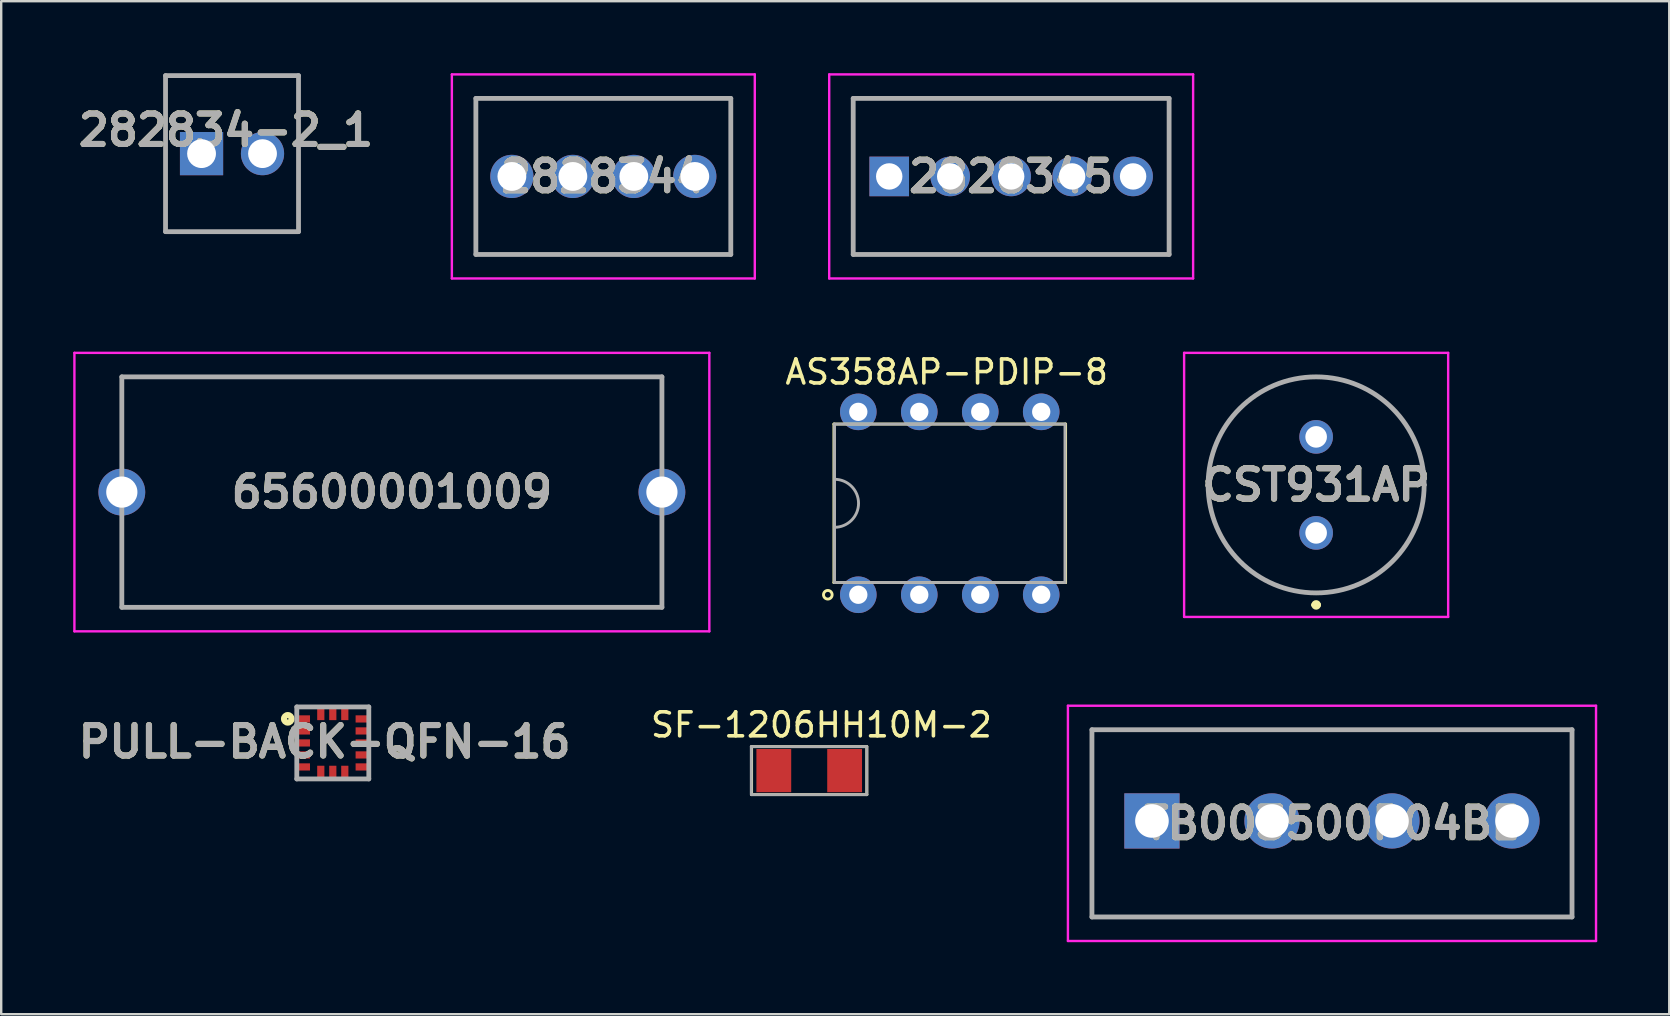
<source format=kicad_pcb>
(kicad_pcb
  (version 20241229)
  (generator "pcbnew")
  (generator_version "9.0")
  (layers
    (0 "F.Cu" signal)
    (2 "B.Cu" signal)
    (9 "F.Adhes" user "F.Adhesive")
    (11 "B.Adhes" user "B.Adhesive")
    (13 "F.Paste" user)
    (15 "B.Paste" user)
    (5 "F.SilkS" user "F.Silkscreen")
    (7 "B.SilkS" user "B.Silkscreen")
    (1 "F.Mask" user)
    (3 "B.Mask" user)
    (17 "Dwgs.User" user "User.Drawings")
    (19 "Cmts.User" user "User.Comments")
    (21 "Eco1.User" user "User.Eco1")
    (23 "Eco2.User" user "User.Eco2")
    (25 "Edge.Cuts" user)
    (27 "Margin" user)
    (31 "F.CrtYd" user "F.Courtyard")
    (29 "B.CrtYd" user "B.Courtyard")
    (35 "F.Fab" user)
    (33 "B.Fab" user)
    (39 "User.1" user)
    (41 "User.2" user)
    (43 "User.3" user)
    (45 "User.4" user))
  (footprint "282834-2_1"
    (layer "F.Cu")
    (at 5.346 3.35)
    (property "Reference" "282834-2_1" (at 1.016 -0.976 0) (layer "F.SilkS") (effects (font (size 1.27 1.27) (thickness 0.254))))
    (attr through_hole)
    (fp_line (start -1.5 -3.25) (end 4.04 -3.25) (stroke (width 0.1) (type solid)) (layer "F.SilkS"))
    (fp_line (start -1.5 3.25) (end -1.5 -3.25) (stroke (width 0.1) (type solid)) (layer "F.SilkS"))
    (fp_line (start 4.04 -3.25) (end 4.04 3.25) (stroke (width 0.1) (type solid)) (layer "F.SilkS"))
    (fp_line (start 4.04 3.25) (end -1.5 3.25) (stroke (width 0.1) (type solid)) (layer "F.SilkS"))
    (fp_line (start -1.5 -3.25) (end 4.04 -3.25) (stroke (width 0.2) (type solid)) (layer "F.Fab"))
    (fp_line (start -1.5 3.25) (end -1.5 -3.25) (stroke (width 0.2) (type solid)) (layer "F.Fab"))
    (fp_line (start 4.04 -3.25) (end 4.04 3.25) (stroke (width 0.2) (type solid)) (layer "F.Fab"))
    (fp_line (start 4.04 3.25) (end -1.5 3.25) (stroke (width 0.2) (type solid)) (layer "F.Fab"))
    (fp_text user "${REFERENCE}" (at 1.016 -0.976 0) (layer "F.Fab") (effects (font (size 1.27 1.27) (thickness 0.254))))
    (pad "1" thru_hole rect (at 0 0) (size 1.8 1.8) (drill 1.2) (layers "*.Cu" "*.Mask"))
    (pad "2" thru_hole circle (at 2.54 0) (size 1.8 1.8) (drill 1.2) (layers "*.Cu" "*.Mask")))
  (footprint "CST931AP"
    (layer "F.Cu")
    (at 51.779 19.15)
    (property "Reference" "CST931AP" (at 0 -2 0) (layer "F.SilkS") (effects (font (size 1.27 1.27) (thickness 0.254))))
    (attr through_hole)
    (fp_line (start -4.5 -2) (end -4.5 -2) (stroke (width 0.1) (type solid)) (layer "F.SilkS"))
    (fp_line (start -0.1 3) (end -0.1 3) (stroke (width 0.2) (type solid)) (layer "F.SilkS"))
    (fp_line (start 0.1 3) (end 0.1 3) (stroke (width 0.2) (type solid)) (layer "F.SilkS"))
    (fp_line (start 4.5 -2) (end 4.5 -2) (stroke (width 0.1) (type solid)) (layer "F.SilkS"))
    (fp_arc (start -4.5 -2) (mid 0 -6.5) (end 4.5 -2) (stroke (width 0.1) (type solid)) (layer "F.SilkS"))
    (fp_arc (start -0.1 3) (mid 0 2.9) (end 0.1 3) (stroke (width 0.2) (type solid)) (layer "F.SilkS"))
    (fp_arc (start 0.1 3) (mid 0 3.1) (end -0.1 3) (stroke (width 0.2) (type solid)) (layer "F.SilkS"))
    (fp_arc (start 4.5 -2) (mid 0 2.5) (end -4.5 -2) (stroke (width 0.1) (type solid)) (layer "F.SilkS"))
    (fp_line (start -5.5 -7.5) (end 5.5 -7.5) (stroke (width 0.1) (type solid)) (layer "F.CrtYd"))
    (fp_line (start -5.5 3.5) (end -5.5 -7.5) (stroke (width 0.1) (type solid)) (layer "F.CrtYd"))
    (fp_line (start 5.5 -7.5) (end 5.5 3.5) (stroke (width 0.1) (type solid)) (layer "F.CrtYd"))
    (fp_line (start 5.5 3.5) (end -5.5 3.5) (stroke (width 0.1) (type solid)) (layer "F.CrtYd"))
    (fp_line (start -4.5 -2) (end -4.5 -2) (stroke (width 0.2) (type solid)) (layer "F.Fab"))
    (fp_line (start 4.5 -2) (end 4.5 -2) (stroke (width 0.2) (type solid)) (layer "F.Fab"))
    (fp_arc (start -4.5 -2) (mid 0 -6.5) (end 4.5 -2) (stroke (width 0.2) (type solid)) (layer "F.Fab"))
    (fp_arc (start 4.5 -2) (mid 0 2.5) (end -4.5 -2) (stroke (width 0.2) (type solid)) (layer "F.Fab"))
    (fp_text user "${REFERENCE}" (at 0 -2 0) (layer "F.Fab") (effects (font (size 1.27 1.27) (thickness 0.254))))
    (pad "1" thru_hole circle (at 0 0) (size 1.4 1.4) (drill 0.9) (layers "*.Cu" "*.Mask"))
    (pad "2" thru_hole circle (at 0 -4) (size 1.4 1.4) (drill 0.9) (layers "*.Cu" "*.Mask")))
  (footprint "SF-1206HH10M-2"
    (layer "F.Cu")
    (at 30.661 29.053)
    (property "Reference" "SF-1206HH10M-2" (at 0.508 -1.905 0) (layer "F.SilkS") (effects (font (size 1 1) (thickness 0.15))))
    (attr through_hole)
    (fp_line (start -2.4 -1) (end -2.4 1) (stroke (width 0.12) (type solid)) (layer "F.SilkS"))
    (fp_line (start -2.4 1) (end 2.4 1) (stroke (width 0.12) (type solid)) (layer "F.SilkS"))
    (fp_line (start 2.4 -1) (end -2.4 -1) (stroke (width 0.12) (type solid)) (layer "F.SilkS"))
    (fp_line (start 2.4 -1) (end 2.4 1) (stroke (width 0.12) (type solid)) (layer "F.SilkS"))
    (fp_line (start -2.413 -1) (end -2.413 1) (stroke (width 0.12) (type solid)) (layer "F.Fab"))
    (fp_line (start -2.4 1) (end 2.4 1) (stroke (width 0.12) (type solid)) (layer "F.Fab"))
    (fp_line (start 2.387 -1) (end -2.413 -1) (stroke (width 0.12) (type solid)) (layer "F.Fab"))
    (fp_line (start 2.4 -1) (end 2.4 1) (stroke (width 0.12) (type solid)) (layer "F.Fab"))
    (pad "1" smd rect (at -1.475 0) (size 1.45 1.8) (layers "F.Cu" "F.Mask" "F.Paste"))
    (pad "2" smd rect (at 1.475 0) (size 1.45 1.8) (layers "F.Cu" "F.Mask" "F.Paste")))
  (footprint "AS358AP-PDIP-8"
    (layer "F.Cu")
    (at 36.516 17.917)
    (property "Reference" "AS358AP-PDIP-8" (at -0.127 -5.469 0) (layer "F.SilkS") (effects (font (size 1 1) (thickness 0.15))))
    (attr through_hole)
    (fp_line (start -4.826 -3.302) (end 4.826 -3.302) (stroke (width 0.12) (type solid)) (layer "F.SilkS"))
    (fp_line (start -4.826 3.302) (end -4.826 -3.302) (stroke (width 0.12) (type solid)) (layer "F.SilkS"))
    (fp_line (start 4.826 -3.302) (end 4.826 3.302) (stroke (width 0.12) (type solid)) (layer "F.SilkS"))
    (fp_line (start 4.826 3.302) (end -4.826 3.302) (stroke (width 0.12) (type solid)) (layer "F.SilkS"))
    (fp_circle (center -5.08 3.81) (end -4.953 3.683) (stroke (width 0.12) (type solid)) (fill no) (layer "F.SilkS"))
    (fp_line (start -4.8 -3.3) (end 4.8 -3.3) (stroke (width 0.12) (type solid)) (layer "F.Fab"))
    (fp_line (start -4.8 3.3) (end -4.8 -3.3) (stroke (width 0.12) (type solid)) (layer "F.Fab"))
    (fp_line (start 4.8 3.3) (end -4.8 3.3) (stroke (width 0.12) (type solid)) (layer "F.Fab"))
    (fp_line (start 4.8 3.3) (end 4.8 -3.3) (stroke (width 0.12) (type solid)) (layer "F.Fab"))
    (fp_arc (start -4.8 -1) (mid -3.8 0) (end -4.8 1) (stroke (width 0.12) (type solid)) (layer "F.Fab"))
    (pad "1" thru_hole circle (at -3.81 3.81) (size 1.524 1.524) (drill 0.762) (layers "*.Cu" "*.Mask"))
    (pad "2" thru_hole circle (at -1.27 3.81) (size 1.524 1.524) (drill 0.762) (layers "*.Cu" "*.Mask"))
    (pad "3" thru_hole circle (at 1.27 3.81) (size 1.524 1.524) (drill 0.762) (layers "*.Cu" "*.Mask"))
    (pad "4" thru_hole circle (at 3.81 3.81) (size 1.524 1.524) (drill 0.762) (layers "*.Cu" "*.Mask"))
    (pad "5" thru_hole circle (at 3.81 -3.81) (size 1.524 1.524) (drill 0.762) (layers "*.Cu" "*.Mask"))
    (pad "6" thru_hole circle (at 1.27 -3.81) (size 1.524 1.524) (drill 0.762) (layers "*.Cu" "*.Mask"))
    (pad "7" thru_hole circle (at -1.27 -3.81) (size 1.524 1.524) (drill 0.762) (layers "*.Cu" "*.Mask"))
    (pad "8" thru_hole circle (at -3.81 -3.81) (size 1.524 1.524) (drill 0.762) (layers "*.Cu" "*.Mask")))
  (footprint "2828345"
    (layer "F.Cu")
    (at 33.994 4.3)
    (property "Reference" "2828345" (at 5.08 0 0) (layer "F.SilkS") (effects (font (size 1.27 1.27) (thickness 0.254))))
    (attr through_hole)
    (fp_line (start -1.5 -3.25) (end -1.5 3.25) (stroke (width 0.1) (type solid)) (layer "F.SilkS"))
    (fp_line (start -1.5 3.25) (end 11.66 3.25) (stroke (width 0.1) (type solid)) (layer "F.SilkS"))
    (fp_line (start 11.66 -3.25) (end -1.5 -3.25) (stroke (width 0.1) (type solid)) (layer "F.SilkS"))
    (fp_line (start 11.66 3.25) (end 11.66 -3.25) (stroke (width 0.1) (type solid)) (layer "F.SilkS"))
    (fp_line (start -2.5 -4.25) (end 12.66 -4.25) (stroke (width 0.1) (type solid)) (layer "F.CrtYd"))
    (fp_line (start -2.5 4.25) (end -2.5 -4.25) (stroke (width 0.1) (type solid)) (layer "F.CrtYd"))
    (fp_line (start 12.66 -4.25) (end 12.66 4.25) (stroke (width 0.1) (type solid)) (layer "F.CrtYd"))
    (fp_line (start 12.66 4.25) (end -2.5 4.25) (stroke (width 0.1) (type solid)) (layer "F.CrtYd"))
    (fp_line (start -1.5 -3.25) (end -1.5 3.25) (stroke (width 0.2) (type solid)) (layer "F.Fab"))
    (fp_line (start -1.5 3.25) (end 11.66 3.25) (stroke (width 0.2) (type solid)) (layer "F.Fab"))
    (fp_line (start 11.66 -3.25) (end -1.5 -3.25) (stroke (width 0.2) (type solid)) (layer "F.Fab"))
    (fp_line (start 11.66 3.25) (end 11.66 -3.25) (stroke (width 0.2) (type solid)) (layer "F.Fab"))
    (fp_text user "${REFERENCE}" (at 5.08 0 0) (layer "F.Fab") (effects (font (size 1.27 1.27) (thickness 0.254))))
    (pad "1" thru_hole rect (at 0 0) (size 1.65 1.65) (drill 1.1) (layers "*.Cu" "*.Mask"))
    (pad "2" thru_hole circle (at 2.54 0) (size 1.65 1.65) (drill 1.1) (layers "*.Cu" "*.Mask"))
    (pad "3" thru_hole circle (at 5.08 0) (size 1.65 1.65) (drill 1.1) (layers "*.Cu" "*.Mask"))
    (pad "4" thru_hole circle (at 7.62 0) (size 1.65 1.65) (drill 1.1) (layers "*.Cu" "*.Mask"))
    (pad "5" thru_hole circle (at 10.16 0) (size 1.65 1.65) (drill 1.1) (layers "*.Cu" "*.Mask")))
  (footprint "65600001009"
    (layer "F.Cu")
    (at 13.275 17.45)
    (property "Reference" "65600001009" (at 0 0 0) (layer "F.SilkS") (effects (font (size 1.27 1.27) (thickness 0.254))))
    (attr through_hole)
    (fp_line (start -11.25 -4.8) (end 11.25 -4.8) (stroke (width 0.1) (type solid)) (layer "F.SilkS"))
    (fp_line (start -11.25 -2) (end -11.25 -4.8) (stroke (width 0.1) (type solid)) (layer "F.SilkS"))
    (fp_line (start -11.25 2) (end -11.25 4.8) (stroke (width 0.1) (type solid)) (layer "F.SilkS"))
    (fp_line (start -11.25 4.8) (end 11.25 4.8) (stroke (width 0.1) (type solid)) (layer "F.SilkS"))
    (fp_line (start 11.25 -4.8) (end 11.25 -2) (stroke (width 0.1) (type solid)) (layer "F.SilkS"))
    (fp_line (start 11.25 4.8) (end 11.25 2) (stroke (width 0.1) (type solid)) (layer "F.SilkS"))
    (fp_line (start -13.225 -5.8) (end 13.225 -5.8) (stroke (width 0.1) (type solid)) (layer "F.CrtYd"))
    (fp_line (start -13.225 5.8) (end -13.225 -5.8) (stroke (width 0.1) (type solid)) (layer "F.CrtYd"))
    (fp_line (start 13.225 -5.8) (end 13.225 5.8) (stroke (width 0.1) (type solid)) (layer "F.CrtYd"))
    (fp_line (start 13.225 5.8) (end -13.225 5.8) (stroke (width 0.1) (type solid)) (layer "F.CrtYd"))
    (fp_line (start -11.25 -4.8) (end 11.25 -4.8) (stroke (width 0.2) (type solid)) (layer "F.Fab"))
    (fp_line (start -11.25 4.8) (end -11.25 -4.8) (stroke (width 0.2) (type solid)) (layer "F.Fab"))
    (fp_line (start 11.25 -4.8) (end 11.25 4.8) (stroke (width 0.2) (type solid)) (layer "F.Fab"))
    (fp_line (start 11.25 4.8) (end -11.25 4.8) (stroke (width 0.2) (type solid)) (layer "F.Fab"))
    (fp_text user "${REFERENCE}" (at 0 0 0) (layer "F.Fab") (effects (font (size 1.27 1.27) (thickness 0.254))))
    (pad "1" thru_hole circle (at -11.25 0) (size 1.95 1.95) (drill 1.3) (layers "*.Cu" "*.Mask"))
    (pad "2" thru_hole circle (at 11.25 0) (size 1.95 1.95) (drill 1.3) (layers "*.Cu" "*.Mask")))
  (footprint "2828344"
    (layer "F.Cu")
    (at 18.274 4.3)
    (property "Reference" "2828344" (at 3.81 0 0) (layer "F.SilkS") (effects (font (size 1.27 1.27) (thickness 0.254))))
    (attr through_hole)
    (fp_line (start -1.5 -3.25) (end 9.12 -3.25) (stroke (width 0.1) (type solid)) (layer "F.SilkS"))
    (fp_line (start -1.5 3.25) (end -1.5 -3.25) (stroke (width 0.1) (type solid)) (layer "F.SilkS"))
    (fp_line (start 9.12 -3.25) (end 9.12 3.25) (stroke (width 0.1) (type solid)) (layer "F.SilkS"))
    (fp_line (start 9.12 3.25) (end -1.5 3.25) (stroke (width 0.1) (type solid)) (layer "F.SilkS"))
    (fp_line (start -2.5 -4.25) (end 10.12 -4.25) (stroke (width 0.1) (type solid)) (layer "F.CrtYd"))
    (fp_line (start -2.5 4.25) (end -2.5 -4.25) (stroke (width 0.1) (type solid)) (layer "F.CrtYd"))
    (fp_line (start 10.12 -4.25) (end 10.12 4.25) (stroke (width 0.1) (type solid)) (layer "F.CrtYd"))
    (fp_line (start 10.12 4.25) (end -2.5 4.25) (stroke (width 0.1) (type solid)) (layer "F.CrtYd"))
    (fp_line (start -1.5 -3.25) (end 9.12 -3.25) (stroke (width 0.2) (type solid)) (layer "F.Fab"))
    (fp_line (start -1.5 3.25) (end -1.5 -3.25) (stroke (width 0.2) (type solid)) (layer "F.Fab"))
    (fp_line (start 9.12 -3.25) (end 9.12 3.25) (stroke (width 0.2) (type solid)) (layer "F.Fab"))
    (fp_line (start 9.12 3.25) (end -1.5 3.25) (stroke (width 0.2) (type solid)) (layer "F.Fab"))
    (fp_text user "${REFERENCE}" (at 3.81 0 0) (layer "F.Fab") (effects (font (size 1.27 1.27) (thickness 0.254))))
    (pad "1" thru_hole circle (at 0 0) (size 1.8 1.8) (drill 1.2) (layers "*.Cu" "*.Mask"))
    (pad "2" thru_hole circle (at 2.54 0) (size 1.8 1.8) (drill 1.2) (layers "*.Cu" "*.Mask"))
    (pad "3" thru_hole circle (at 5.08 0) (size 1.8 1.8) (drill 1.2) (layers "*.Cu" "*.Mask"))
    (pad "4" thru_hole circle (at 7.62 0) (size 1.8 1.8) (drill 1.2) (layers "*.Cu" "*.Mask")))
  (footprint "PULL-BACK-QFN-16"
    (layer "F.Cu")
    (at 10.814 27.9)
    (property "Reference" "PULL-BACK-QFN-16" (at -0.34 -0.05 0) (layer "F.SilkS") (effects (font (size 1.27 1.27) (thickness 0.254))))
    (attr smd)
    (fp_circle (center -1.876 -1.004) (end -1.876 -0.974) (stroke (width 0.254) (type solid)) (fill no) (layer "F.SilkS"))
    (fp_line (start -1.5 -1.5) (end 1.5 -1.5) (stroke (width 0.2) (type solid)) (layer "F.Fab"))
    (fp_line (start -1.5 1.5) (end -1.5 -1.5) (stroke (width 0.2) (type solid)) (layer "F.Fab"))
    (fp_line (start 1.5 -1.5) (end 1.5 1.5) (stroke (width 0.2) (type solid)) (layer "F.Fab"))
    (fp_line (start 1.5 1.5) (end -1.5 1.5) (stroke (width 0.2) (type solid)) (layer "F.Fab"))
    (fp_text user "${REFERENCE}" (at -0.34 -0.05 0) (layer "F.Fab") (effects (font (size 1.27 1.27) (thickness 0.254))))
    (pad "1" smd rect (at -1.2 -1 90) (size 0.3 0.5) (layers "F.Cu" "F.Mask" "F.Paste"))
    (pad "2" smd rect (at -1.2 -0.5 90) (size 0.3 0.5) (layers "F.Cu" "F.Mask" "F.Paste"))
    (pad "3" smd rect (at -1.2 0 90) (size 0.3 0.5) (layers "F.Cu" "F.Mask" "F.Paste"))
    (pad "4" smd rect (at -1.2 0.5 90) (size 0.3 0.5) (layers "F.Cu" "F.Mask" "F.Paste"))
    (pad "5" smd rect (at -1.2 1 90) (size 0.3 0.5) (layers "F.Cu" "F.Mask" "F.Paste"))
    (pad "6" smd rect (at -0.5 1.2) (size 0.3 0.5) (layers "F.Cu" "F.Mask" "F.Paste"))
    (pad "7" smd rect (at 0 1.2) (size 0.3 0.5) (layers "F.Cu" "F.Mask" "F.Paste"))
    (pad "8" smd rect (at 0.5 1.2) (size 0.3 0.5) (layers "F.Cu" "F.Mask" "F.Paste"))
    (pad "9" smd rect (at 1.2 1 90) (size 0.3 0.5) (layers "F.Cu" "F.Mask" "F.Paste"))
    (pad "10" smd rect (at 1.2 0.5 90) (size 0.3 0.5) (layers "F.Cu" "F.Mask" "F.Paste"))
    (pad "11" smd rect (at 1.2 0 90) (size 0.3 0.5) (layers "F.Cu" "F.Mask" "F.Paste"))
    (pad "12" smd rect (at 1.2 -0.5 90) (size 0.3 0.5) (layers "F.Cu" "F.Mask" "F.Paste"))
    (pad "13" smd rect (at 1.2 -1 90) (size 0.3 0.5) (layers "F.Cu" "F.Mask" "F.Paste"))
    (pad "14" smd rect (at 0.5 -1.2) (size 0.3 0.5) (layers "F.Cu" "F.Mask" "F.Paste"))
    (pad "15" smd rect (at 0 -1.2) (size 0.3 0.5) (layers "F.Cu" "F.Mask" "F.Paste"))
    (pad "16" smd rect (at -0.5 -1.2) (size 0.3 0.5) (layers "F.Cu" "F.Mask" "F.Paste")))
  (footprint "TB003500P04BE"
    (layer "F.Cu")
    (at 44.939 31.15)
    (property "Reference" "TB003500P04BE" (at 7.5 0.1 0) (layer "F.SilkS") (effects (font (size 1.27 1.27) (thickness 0.254))))
    (attr through_hole)
    (fp_line (start -2.5 -3.8) (end 17.5 -3.8) (stroke (width 0.1) (type solid)) (layer "F.SilkS"))
    (fp_line (start -2.5 0) (end -2.5 -3.8) (stroke (width 0.1) (type solid)) (layer "F.SilkS"))
    (fp_line (start -2.5 0) (end -2.5 4) (stroke (width 0.1) (type solid)) (layer "F.SilkS"))
    (fp_line (start -2.5 4) (end 17.5 4) (stroke (width 0.1) (type solid)) (layer "F.SilkS"))
    (fp_line (start 17.5 -3.8) (end 17.5 -1.775) (stroke (width 0.1) (type solid)) (layer "F.SilkS"))
    (fp_line (start 17.5 4) (end 17.5 -1.775) (stroke (width 0.1) (type solid)) (layer "F.SilkS"))
    (fp_line (start -3.5 -4.8) (end 18.5 -4.8) (stroke (width 0.1) (type solid)) (layer "F.CrtYd"))
    (fp_line (start -3.5 5) (end -3.5 -4.8) (stroke (width 0.1) (type solid)) (layer "F.CrtYd"))
    (fp_line (start 18.5 -4.8) (end 18.5 5) (stroke (width 0.1) (type solid)) (layer "F.CrtYd"))
    (fp_line (start 18.5 5) (end -3.5 5) (stroke (width 0.1) (type solid)) (layer "F.CrtYd"))
    (fp_line (start -2.5 -3.8) (end -2.5 4) (stroke (width 0.2) (type solid)) (layer "F.Fab"))
    (fp_line (start -2.5 4) (end 17.5 4) (stroke (width 0.2) (type solid)) (layer "F.Fab"))
    (fp_line (start 17.5 -3.8) (end -2.5 -3.8) (stroke (width 0.2) (type solid)) (layer "F.Fab"))
    (fp_line (start 17.5 4) (end 17.5 -3.8) (stroke (width 0.2) (type solid)) (layer "F.Fab"))
    (fp_text user "${REFERENCE}" (at 7.5 0.1 0) (layer "F.Fab") (effects (font (size 1.27 1.27) (thickness 0.254))))
    (pad "1" thru_hole rect (at 0 0) (size 2.3 2.3) (drill 1.4) (layers "*.Cu" "*.Mask"))
    (pad "2" thru_hole circle (at 5 0) (size 2.3 2.3) (drill 1.4) (layers "*.Cu" "*.Mask"))
    (pad "3" thru_hole circle (at 10 0) (size 2.3 2.3) (drill 1.4) (layers "*.Cu" "*.Mask"))
    (pad "4" thru_hole circle (at 15 0) (size 2.3 2.3) (drill 1.4) (layers "*.Cu" "*.Mask")))
  (gr_rect
    (start -3 -3)
    (end 66.489 39.2)
    (stroke (width 0.1) (type default))
    (fill no)
    (layer "Edge.Cuts")))
</source>
